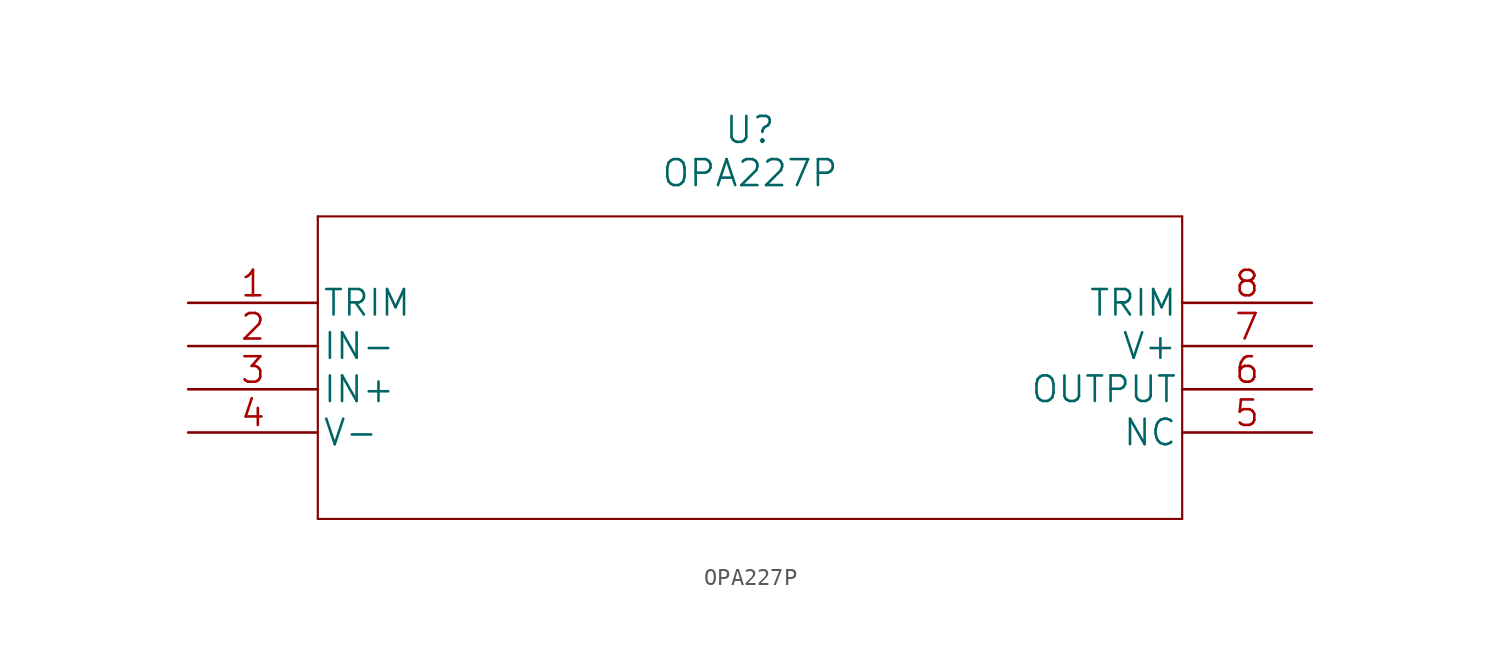
<source format=kicad_sym>
(kicad_symbol_lib
  (version 20211014)
  (generator kicad_symbol_editor)
  (symbol "OPA227P"
    (pin_names
      (offset 0.254))
    (property "Reference" "U"
      (at 33.02 10.16 0)
      (effects (font (size 1.524 1.524))))
    (property "Value" "OPA227P"
      (at 33.02 7.62 0)
      (effects (font (size 1.524 1.524))))
    (property "Datasheet" ""
      (at 0 0 0)
      (effects (font (size 1.524 1.524))))
    (property "ki_locked" ""
      (at 0 0 0)
      (effects (font (size 1.27 1.27))))
    (symbol "OPA227P_1_1"
      (polyline (pts (xy 7.62 -12.7) (xy 58.42 -12.7)) (stroke (width 0.127) (type default) (color 0 0 0 0)) (fill (type none)))
      (polyline (pts (xy 7.62 5.08) (xy 7.62 -12.7)) (stroke (width 0.127) (type default) (color 0 0 0 0)) (fill (type none)))
      (polyline (pts (xy 58.42 -12.7) (xy 58.42 5.08)) (stroke (width 0.127) (type default) (color 0 0 0 0)) (fill (type none)))
      (polyline (pts (xy 58.42 5.08) (xy 7.62 5.08)) (stroke (width 0.127) (type default) (color 0 0 0 0)) (fill (type none)))
      (pin unspecified line (at 0 0 0) (length 7.62) (name "TRIM" (effects (font (size 1.499 1.499)))) (number "1" (effects (font (size 1.499 1.499)))))
      (pin input line (at 0 -2.54 0) (length 7.62) (name "IN-" (effects (font (size 1.499 1.499)))) (number "2" (effects (font (size 1.499 1.499)))))
      (pin input line (at 0 -5.08 0) (length 7.62) (name "IN+" (effects (font (size 1.499 1.499)))) (number "3" (effects (font (size 1.499 1.499)))))
      (pin power_in line (at 0 -7.62 0) (length 7.62) (name "V-" (effects (font (size 1.499 1.499)))) (number "4" (effects (font (size 1.499 1.499)))))
      (pin unspecified line (at 66.04 -7.62 180) (length 7.62) (name "NC" (effects (font (size 1.499 1.499)))) (number "5" (effects (font (size 1.499 1.499)))))
      (pin output line (at 66.04 -5.08 180) (length 7.62) (name "OUTPUT" (effects (font (size 1.499 1.499)))) (number "6" (effects (font (size 1.499 1.499)))))
      (pin power_in line (at 66.04 -2.54 180) (length 7.62) (name "V+" (effects (font (size 1.499 1.499)))) (number "7" (effects (font (size 1.499 1.499)))))
      (pin unspecified line (at 66.04 0 180) (length 7.62) (name "TRIM" (effects (font (size 1.499 1.499)))) (number "8" (effects (font (size 1.499 1.499))))))))
</source>
